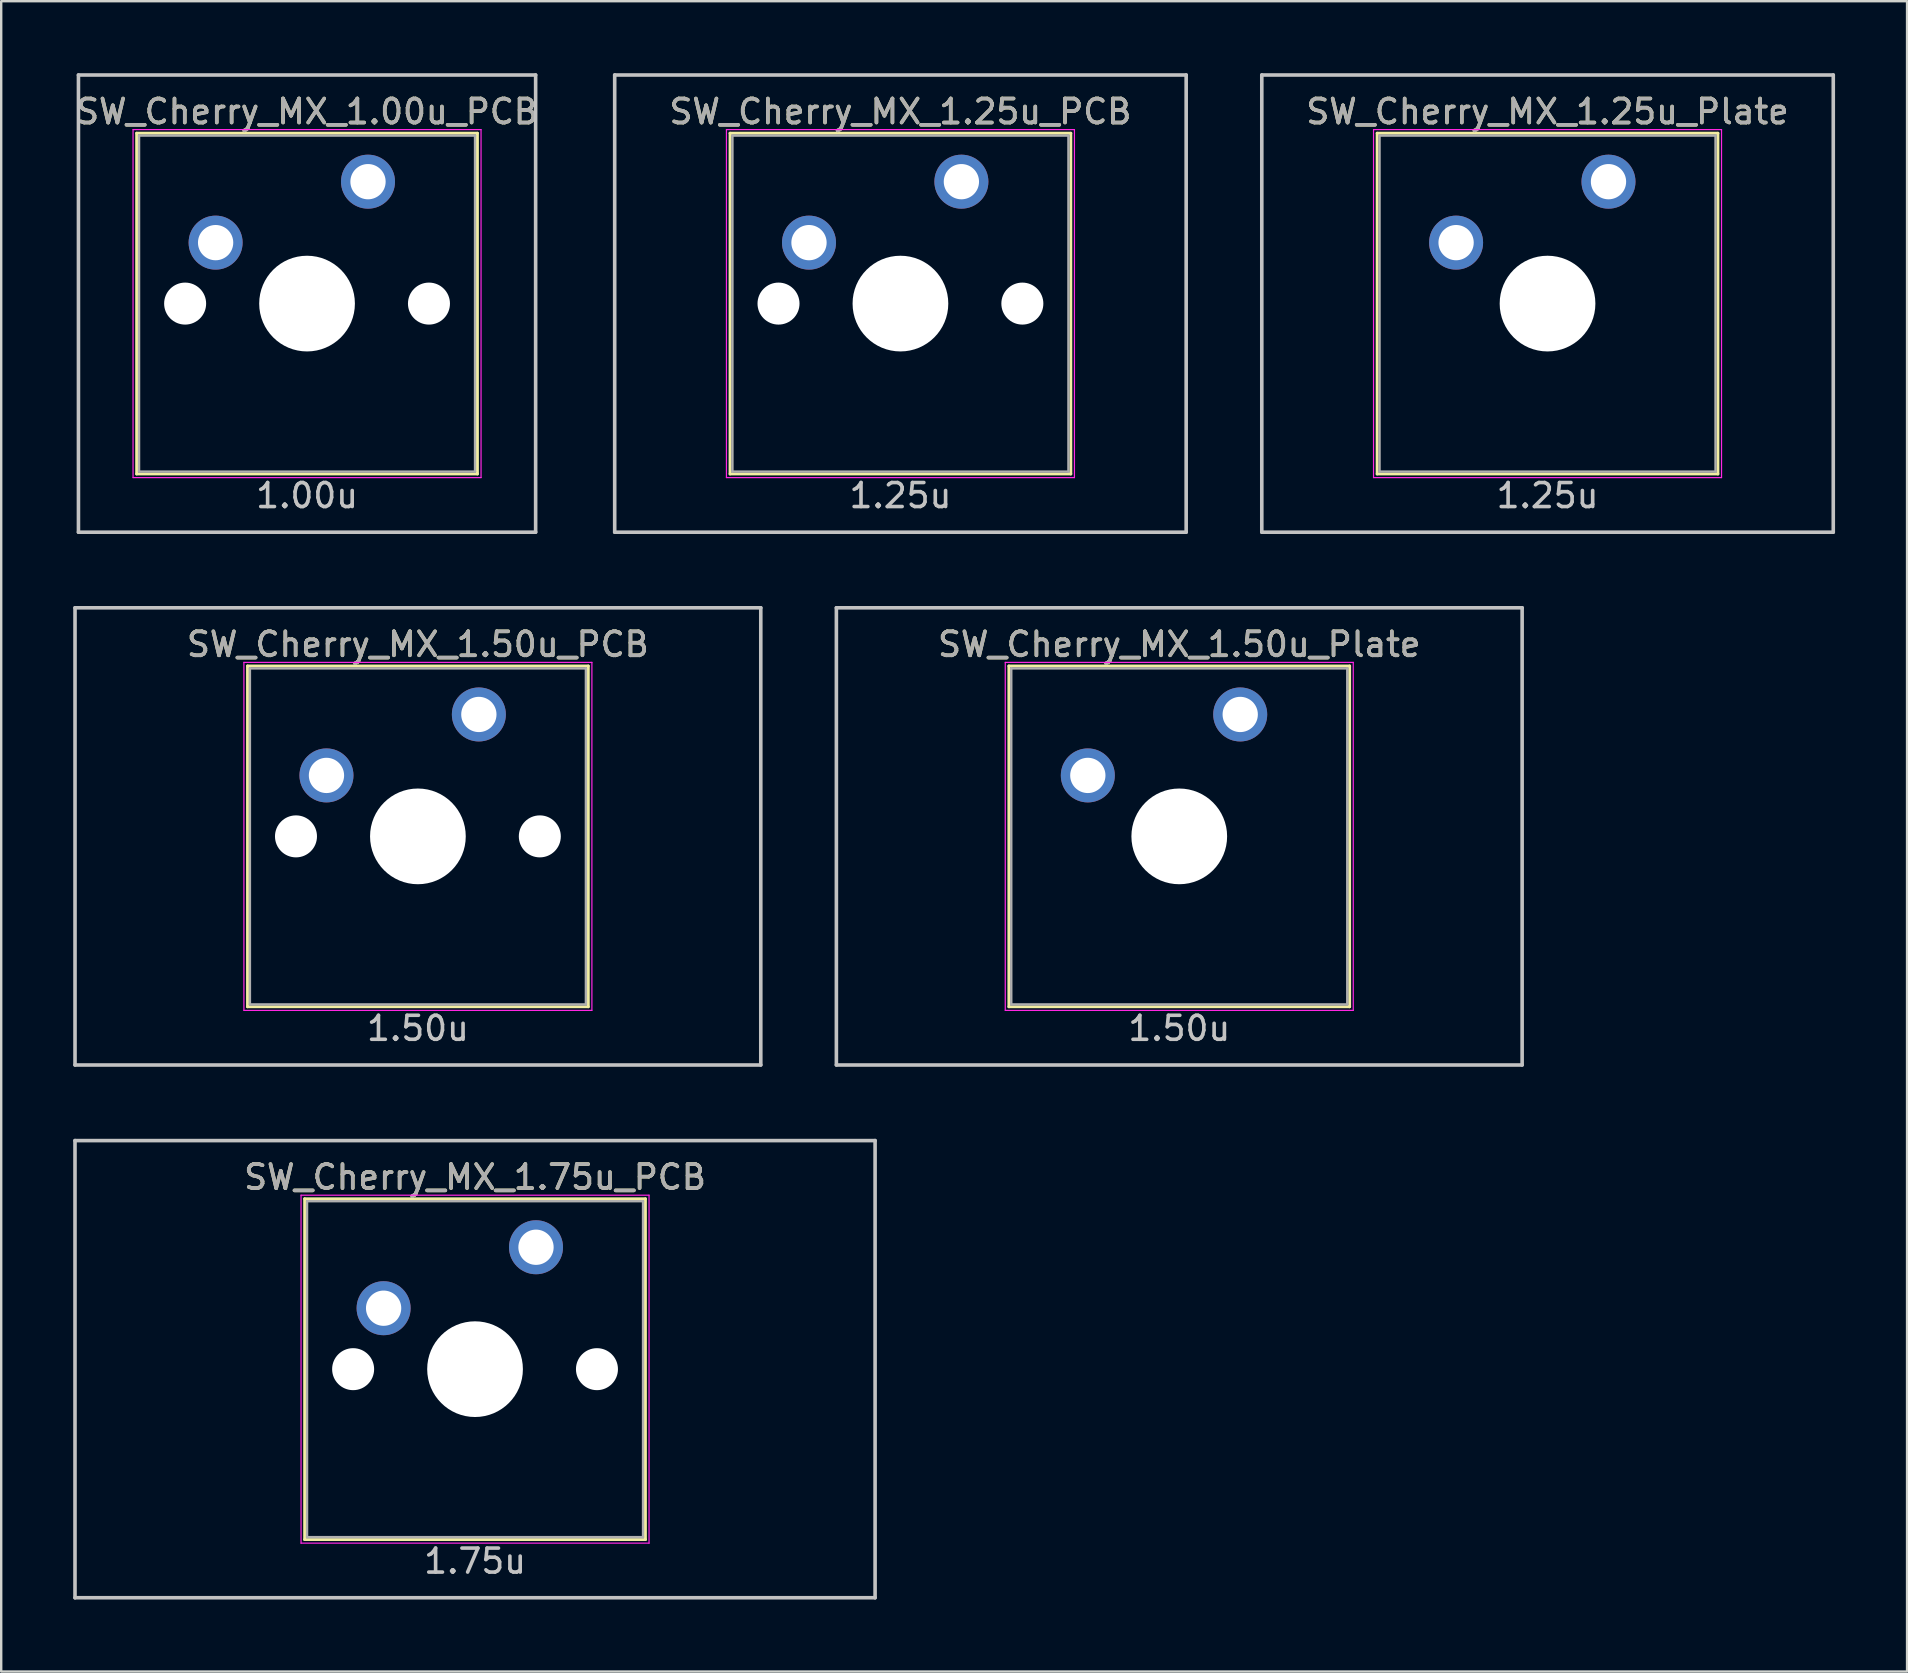
<source format=kicad_pcb>
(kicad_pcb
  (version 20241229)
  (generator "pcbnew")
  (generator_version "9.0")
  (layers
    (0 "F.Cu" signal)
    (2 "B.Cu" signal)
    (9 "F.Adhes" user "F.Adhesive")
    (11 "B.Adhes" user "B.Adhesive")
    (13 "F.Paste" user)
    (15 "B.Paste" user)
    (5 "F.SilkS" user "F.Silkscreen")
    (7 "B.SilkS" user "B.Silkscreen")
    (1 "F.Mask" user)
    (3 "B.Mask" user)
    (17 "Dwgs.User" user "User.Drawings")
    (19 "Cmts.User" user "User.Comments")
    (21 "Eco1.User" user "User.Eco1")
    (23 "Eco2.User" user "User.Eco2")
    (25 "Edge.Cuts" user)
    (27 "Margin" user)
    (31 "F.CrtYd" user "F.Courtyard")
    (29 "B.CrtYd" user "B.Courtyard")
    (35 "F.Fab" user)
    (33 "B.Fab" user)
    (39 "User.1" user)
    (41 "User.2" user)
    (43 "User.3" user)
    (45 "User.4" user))
  (footprint "SW_Cherry_MX_1.75u_PCB"
    (layer "F.Cu")
    (at 16.744 54)
    (property "Reference" "SW_Cherry_MX_1.75u_PCB" (at 0 -8 0) (layer "F.SilkS") (effects (font (size 1 1) (thickness 0.15))))
    (attr through_hole)
    (fp_line (start -7.1 -7.1) (end 7.1 -7.1) (stroke (width 0.12) (type solid)) (layer "F.SilkS"))
    (fp_line (start -7.1 7.1) (end -7.1 -7.1) (stroke (width 0.12) (type solid)) (layer "F.SilkS"))
    (fp_line (start 7.1 -7.1) (end 7.1 7.1) (stroke (width 0.12) (type solid)) (layer "F.SilkS"))
    (fp_line (start 7.1 7.1) (end -7.1 7.1) (stroke (width 0.12) (type solid)) (layer "F.SilkS"))
    (fp_line (start -16.669 -9.525) (end 16.669 -9.525) (stroke (width 0.15) (type solid)) (layer "Dwgs.User"))
    (fp_line (start -16.669 9.525) (end -16.669 -9.525) (stroke (width 0.15) (type solid)) (layer "Dwgs.User"))
    (fp_line (start -16.669 9.525) (end 16.669 9.525) (stroke (width 0.15) (type solid)) (layer "Dwgs.User"))
    (fp_line (start 16.669 -9.525) (end 16.669 9.525) (stroke (width 0.15) (type solid)) (layer "Dwgs.User"))
    (fp_line (start -7.25 -7.25) (end 7.25 -7.25) (stroke (width 0.05) (type solid)) (layer "F.CrtYd"))
    (fp_line (start -7.25 7.25) (end -7.25 -7.25) (stroke (width 0.05) (type solid)) (layer "F.CrtYd"))
    (fp_line (start 7.25 -7.25) (end 7.25 7.25) (stroke (width 0.05) (type solid)) (layer "F.CrtYd"))
    (fp_line (start 7.25 7.25) (end -7.25 7.25) (stroke (width 0.05) (type solid)) (layer "F.CrtYd"))
    (fp_line (start -7 -7) (end 7 -7) (stroke (width 0.1) (type solid)) (layer "F.Fab"))
    (fp_line (start -7 7) (end -7 -7) (stroke (width 0.1) (type solid)) (layer "F.Fab"))
    (fp_line (start 7 -7) (end 7 7) (stroke (width 0.1) (type solid)) (layer "F.Fab"))
    (fp_line (start 7 7) (end -7 7) (stroke (width 0.1) (type solid)) (layer "F.Fab"))
    (fp_text user "1.75u" (at 0 8 0) (layer "Dwgs.User") (effects (font (size 1 1) (thickness 0.15))))
    (fp_text user "${REFERENCE}" (at 0 -8 0) (layer "F.Fab") (effects (font (size 1 1) (thickness 0.15))))
    (pad "" np_thru_hole circle (at -5.08 0 48.1) (size 1.75 1.75) (drill 1.75) (layers "*.Cu" "*.Mask"))
    (pad "" np_thru_hole circle (at 0 0) (size 3.988 3.988) (drill 3.988) (layers "*.Cu" "*.Mask"))
    (pad "" np_thru_hole circle (at 5.08 0 48.1) (size 1.75 1.75) (drill 1.75) (layers "*.Cu" "*.Mask"))
    (pad "1" thru_hole circle (at -3.81 -2.54) (size 2.25 2.25) (drill 1.47) (layers "*.Cu" "B.Mask"))
    (pad "2" thru_hole circle (at 2.54 -5.08) (size 2.25 2.25) (drill 1.47) (layers "*.Cu" "B.Mask")))
  (footprint "SW_Cherry_MX_1.25u_PCB"
    (layer "F.Cu")
    (at 34.469 9.6)
    (property "Reference" "SW_Cherry_MX_1.25u_PCB" (at 0 -8 0) (layer "F.SilkS") (effects (font (size 1 1) (thickness 0.15))))
    (attr through_hole)
    (fp_line (start -7.1 -7.1) (end 7.1 -7.1) (stroke (width 0.12) (type solid)) (layer "F.SilkS"))
    (fp_line (start -7.1 7.1) (end -7.1 -7.1) (stroke (width 0.12) (type solid)) (layer "F.SilkS"))
    (fp_line (start 7.1 -7.1) (end 7.1 7.1) (stroke (width 0.12) (type solid)) (layer "F.SilkS"))
    (fp_line (start 7.1 7.1) (end -7.1 7.1) (stroke (width 0.12) (type solid)) (layer "F.SilkS"))
    (fp_line (start -11.906 -9.525) (end 11.906 -9.525) (stroke (width 0.15) (type solid)) (layer "Dwgs.User"))
    (fp_line (start -11.906 9.525) (end -11.906 -9.525) (stroke (width 0.15) (type solid)) (layer "Dwgs.User"))
    (fp_line (start -11.906 9.525) (end 11.906 9.525) (stroke (width 0.15) (type solid)) (layer "Dwgs.User"))
    (fp_line (start 11.906 -9.525) (end 11.906 9.525) (stroke (width 0.15) (type solid)) (layer "Dwgs.User"))
    (fp_line (start -7.25 -7.25) (end 7.25 -7.25) (stroke (width 0.05) (type solid)) (layer "F.CrtYd"))
    (fp_line (start -7.25 7.25) (end -7.25 -7.25) (stroke (width 0.05) (type solid)) (layer "F.CrtYd"))
    (fp_line (start 7.25 -7.25) (end 7.25 7.25) (stroke (width 0.05) (type solid)) (layer "F.CrtYd"))
    (fp_line (start 7.25 7.25) (end -7.25 7.25) (stroke (width 0.05) (type solid)) (layer "F.CrtYd"))
    (fp_line (start -7 -7) (end 7 -7) (stroke (width 0.1) (type solid)) (layer "F.Fab"))
    (fp_line (start -7 7) (end -7 -7) (stroke (width 0.1) (type solid)) (layer "F.Fab"))
    (fp_line (start 7 -7) (end 7 7) (stroke (width 0.1) (type solid)) (layer "F.Fab"))
    (fp_line (start 7 7) (end -7 7) (stroke (width 0.1) (type solid)) (layer "F.Fab"))
    (fp_text user "1.25u" (at 0 8 0) (layer "Dwgs.User") (effects (font (size 1 1) (thickness 0.15))))
    (fp_text user "${REFERENCE}" (at 0 -8 0) (layer "F.Fab") (effects (font (size 1 1) (thickness 0.15))))
    (pad "" np_thru_hole circle (at -5.08 0 48.1) (size 1.75 1.75) (drill 1.75) (layers "*.Cu" "*.Mask"))
    (pad "" np_thru_hole circle (at 0 0) (size 3.988 3.988) (drill 3.988) (layers "*.Cu" "*.Mask"))
    (pad "" np_thru_hole circle (at 5.08 0 48.1) (size 1.75 1.75) (drill 1.75) (layers "*.Cu" "*.Mask"))
    (pad "1" thru_hole circle (at -3.81 -2.54) (size 2.25 2.25) (drill 1.47) (layers "*.Cu" "B.Mask"))
    (pad "2" thru_hole circle (at 2.54 -5.08) (size 2.25 2.25) (drill 1.47) (layers "*.Cu" "B.Mask")))
  (footprint "SW_Cherry_MX_1.50u_PCB"
    (layer "F.Cu")
    (at 14.363 31.8)
    (property "Reference" "SW_Cherry_MX_1.50u_PCB" (at 0 -8 0) (layer "F.SilkS") (effects (font (size 1 1) (thickness 0.15))))
    (attr through_hole)
    (fp_line (start -7.1 -7.1) (end 7.1 -7.1) (stroke (width 0.12) (type solid)) (layer "F.SilkS"))
    (fp_line (start -7.1 7.1) (end -7.1 -7.1) (stroke (width 0.12) (type solid)) (layer "F.SilkS"))
    (fp_line (start 7.1 -7.1) (end 7.1 7.1) (stroke (width 0.12) (type solid)) (layer "F.SilkS"))
    (fp_line (start 7.1 7.1) (end -7.1 7.1) (stroke (width 0.12) (type solid)) (layer "F.SilkS"))
    (fp_line (start -14.287 -9.525) (end 14.287 -9.525) (stroke (width 0.15) (type solid)) (layer "Dwgs.User"))
    (fp_line (start -14.287 9.525) (end -14.287 -9.525) (stroke (width 0.15) (type solid)) (layer "Dwgs.User"))
    (fp_line (start -14.287 9.525) (end 14.287 9.525) (stroke (width 0.15) (type solid)) (layer "Dwgs.User"))
    (fp_line (start 14.287 -9.525) (end 14.287 9.525) (stroke (width 0.15) (type solid)) (layer "Dwgs.User"))
    (fp_line (start -7.25 -7.25) (end 7.25 -7.25) (stroke (width 0.05) (type solid)) (layer "F.CrtYd"))
    (fp_line (start -7.25 7.25) (end -7.25 -7.25) (stroke (width 0.05) (type solid)) (layer "F.CrtYd"))
    (fp_line (start 7.25 -7.25) (end 7.25 7.25) (stroke (width 0.05) (type solid)) (layer "F.CrtYd"))
    (fp_line (start 7.25 7.25) (end -7.25 7.25) (stroke (width 0.05) (type solid)) (layer "F.CrtYd"))
    (fp_line (start -7 -7) (end 7 -7) (stroke (width 0.1) (type solid)) (layer "F.Fab"))
    (fp_line (start -7 7) (end -7 -7) (stroke (width 0.1) (type solid)) (layer "F.Fab"))
    (fp_line (start 7 -7) (end 7 7) (stroke (width 0.1) (type solid)) (layer "F.Fab"))
    (fp_line (start 7 7) (end -7 7) (stroke (width 0.1) (type solid)) (layer "F.Fab"))
    (fp_text user "1.50u" (at 0 8 0) (layer "Dwgs.User") (effects (font (size 1 1) (thickness 0.15))))
    (fp_text user "${REFERENCE}" (at 0 -8 0) (layer "F.Fab") (effects (font (size 1 1) (thickness 0.15))))
    (pad "" np_thru_hole circle (at -5.08 0 48.1) (size 1.75 1.75) (drill 1.75) (layers "*.Cu" "*.Mask"))
    (pad "" np_thru_hole circle (at 0 0) (size 3.988 3.988) (drill 3.988) (layers "*.Cu" "*.Mask"))
    (pad "" np_thru_hole circle (at 5.08 0 48.1) (size 1.75 1.75) (drill 1.75) (layers "*.Cu" "*.Mask"))
    (pad "1" thru_hole circle (at -3.81 -2.54) (size 2.25 2.25) (drill 1.47) (layers "*.Cu" "B.Mask"))
    (pad "2" thru_hole circle (at 2.54 -5.08) (size 2.25 2.25) (drill 1.47) (layers "*.Cu" "B.Mask")))
  (footprint "SW_Cherry_MX_1.25u_Plate"
    (layer "F.Cu")
    (at 61.432 9.6)
    (property "Reference" "SW_Cherry_MX_1.25u_Plate" (at 0 -8 0) (layer "F.SilkS") (effects (font (size 1 1) (thickness 0.15))))
    (attr through_hole)
    (fp_line (start -7.1 -7.1) (end 7.1 -7.1) (stroke (width 0.12) (type solid)) (layer "F.SilkS"))
    (fp_line (start -7.1 7.1) (end -7.1 -7.1) (stroke (width 0.12) (type solid)) (layer "F.SilkS"))
    (fp_line (start 7.1 -7.1) (end 7.1 7.1) (stroke (width 0.12) (type solid)) (layer "F.SilkS"))
    (fp_line (start 7.1 7.1) (end -7.1 7.1) (stroke (width 0.12) (type solid)) (layer "F.SilkS"))
    (fp_line (start -11.906 -9.525) (end 11.906 -9.525) (stroke (width 0.15) (type solid)) (layer "Dwgs.User"))
    (fp_line (start -11.906 9.525) (end -11.906 -9.525) (stroke (width 0.15) (type solid)) (layer "Dwgs.User"))
    (fp_line (start -11.906 9.525) (end 11.906 9.525) (stroke (width 0.15) (type solid)) (layer "Dwgs.User"))
    (fp_line (start 11.906 -9.525) (end 11.906 9.525) (stroke (width 0.15) (type solid)) (layer "Dwgs.User"))
    (fp_line (start -7.25 -7.25) (end 7.25 -7.25) (stroke (width 0.05) (type solid)) (layer "F.CrtYd"))
    (fp_line (start -7.25 7.25) (end -7.25 -7.25) (stroke (width 0.05) (type solid)) (layer "F.CrtYd"))
    (fp_line (start 7.25 -7.25) (end 7.25 7.25) (stroke (width 0.05) (type solid)) (layer "F.CrtYd"))
    (fp_line (start 7.25 7.25) (end -7.25 7.25) (stroke (width 0.05) (type solid)) (layer "F.CrtYd"))
    (fp_line (start -7 -7) (end 7 -7) (stroke (width 0.1) (type solid)) (layer "F.Fab"))
    (fp_line (start -7 7) (end -7 -7) (stroke (width 0.1) (type solid)) (layer "F.Fab"))
    (fp_line (start 7 -7) (end 7 7) (stroke (width 0.1) (type solid)) (layer "F.Fab"))
    (fp_line (start 7 7) (end -7 7) (stroke (width 0.1) (type solid)) (layer "F.Fab"))
    (fp_text user "1.25u" (at 0 8 0) (layer "Dwgs.User") (effects (font (size 1 1) (thickness 0.15))))
    (fp_text user "${REFERENCE}" (at 0 -8 0) (layer "F.Fab") (effects (font (size 1 1) (thickness 0.15))))
    (pad "" np_thru_hole circle (at 0 0) (size 3.988 3.988) (drill 3.988) (layers "*.Cu" "*.Mask"))
    (pad "1" thru_hole circle (at -3.81 -2.54) (size 2.25 2.25) (drill 1.47) (layers "*.Cu" "B.Mask"))
    (pad "2" thru_hole circle (at 2.54 -5.08) (size 2.25 2.25) (drill 1.47) (layers "*.Cu" "B.Mask")))
  (footprint "SW_Cherry_MX_1.00u_PCB"
    (layer "F.Cu")
    (at 9.744 9.6)
    (property "Reference" "SW_Cherry_MX_1.00u_PCB" (at 0 -8 0) (layer "F.SilkS") (effects (font (size 1 1) (thickness 0.15))))
    (attr through_hole)
    (fp_line (start -7.1 -7.1) (end 7.1 -7.1) (stroke (width 0.12) (type solid)) (layer "F.SilkS"))
    (fp_line (start -7.1 7.1) (end -7.1 -7.1) (stroke (width 0.12) (type solid)) (layer "F.SilkS"))
    (fp_line (start 7.1 -7.1) (end 7.1 7.1) (stroke (width 0.12) (type solid)) (layer "F.SilkS"))
    (fp_line (start 7.1 7.1) (end -7.1 7.1) (stroke (width 0.12) (type solid)) (layer "F.SilkS"))
    (fp_line (start -9.525 -9.525) (end 9.525 -9.525) (stroke (width 0.15) (type solid)) (layer "Dwgs.User"))
    (fp_line (start -9.525 9.525) (end -9.525 -9.525) (stroke (width 0.15) (type solid)) (layer "Dwgs.User"))
    (fp_line (start 9.525 -9.525) (end 9.525 9.525) (stroke (width 0.15) (type solid)) (layer "Dwgs.User"))
    (fp_line (start 9.525 9.525) (end -9.525 9.525) (stroke (width 0.15) (type solid)) (layer "Dwgs.User"))
    (fp_line (start -7.25 -7.25) (end 7.25 -7.25) (stroke (width 0.05) (type solid)) (layer "F.CrtYd"))
    (fp_line (start -7.25 7.25) (end -7.25 -7.25) (stroke (width 0.05) (type solid)) (layer "F.CrtYd"))
    (fp_line (start 7.25 -7.25) (end 7.25 7.25) (stroke (width 0.05) (type solid)) (layer "F.CrtYd"))
    (fp_line (start 7.25 7.25) (end -7.25 7.25) (stroke (width 0.05) (type solid)) (layer "F.CrtYd"))
    (fp_line (start -7 -7) (end 7 -7) (stroke (width 0.1) (type solid)) (layer "F.Fab"))
    (fp_line (start -7 7) (end -7 -7) (stroke (width 0.1) (type solid)) (layer "F.Fab"))
    (fp_line (start 7 -7) (end 7 7) (stroke (width 0.1) (type solid)) (layer "F.Fab"))
    (fp_line (start 7 7) (end -7 7) (stroke (width 0.1) (type solid)) (layer "F.Fab"))
    (fp_text user "1.00u" (at 0 8 0) (layer "Dwgs.User") (effects (font (size 1 1) (thickness 0.15))))
    (fp_text user "${REFERENCE}" (at 0 -8 0) (layer "F.Fab") (effects (font (size 1 1) (thickness 0.15))))
    (pad "" np_thru_hole circle (at -5.08 0 48.1) (size 1.75 1.75) (drill 1.75) (layers "*.Cu" "*.Mask"))
    (pad "" np_thru_hole circle (at 0 0) (size 3.988 3.988) (drill 3.988) (layers "*.Cu" "*.Mask"))
    (pad "" np_thru_hole circle (at 5.08 0 48.1) (size 1.75 1.75) (drill 1.75) (layers "*.Cu" "*.Mask"))
    (pad "1" thru_hole circle (at -3.81 -2.54) (size 2.25 2.25) (drill 1.47) (layers "*.Cu" "B.Mask"))
    (pad "2" thru_hole circle (at 2.54 -5.08) (size 2.25 2.25) (drill 1.47) (layers "*.Cu" "B.Mask")))
  (footprint "SW_Cherry_MX_1.50u_Plate"
    (layer "F.Cu")
    (at 46.087 31.8)
    (property "Reference" "SW_Cherry_MX_1.50u_Plate" (at 0 -8 0) (layer "F.SilkS") (effects (font (size 1 1) (thickness 0.15))))
    (attr through_hole)
    (fp_line (start -7.1 -7.1) (end 7.1 -7.1) (stroke (width 0.12) (type solid)) (layer "F.SilkS"))
    (fp_line (start -7.1 7.1) (end -7.1 -7.1) (stroke (width 0.12) (type solid)) (layer "F.SilkS"))
    (fp_line (start 7.1 -7.1) (end 7.1 7.1) (stroke (width 0.12) (type solid)) (layer "F.SilkS"))
    (fp_line (start 7.1 7.1) (end -7.1 7.1) (stroke (width 0.12) (type solid)) (layer "F.SilkS"))
    (fp_line (start -14.287 -9.525) (end 14.287 -9.525) (stroke (width 0.15) (type solid)) (layer "Dwgs.User"))
    (fp_line (start -14.287 9.525) (end -14.287 -9.525) (stroke (width 0.15) (type solid)) (layer "Dwgs.User"))
    (fp_line (start -14.287 9.525) (end 14.287 9.525) (stroke (width 0.15) (type solid)) (layer "Dwgs.User"))
    (fp_line (start 14.287 -9.525) (end 14.287 9.525) (stroke (width 0.15) (type solid)) (layer "Dwgs.User"))
    (fp_line (start -7.25 -7.25) (end 7.25 -7.25) (stroke (width 0.05) (type solid)) (layer "F.CrtYd"))
    (fp_line (start -7.25 7.25) (end -7.25 -7.25) (stroke (width 0.05) (type solid)) (layer "F.CrtYd"))
    (fp_line (start 7.25 -7.25) (end 7.25 7.25) (stroke (width 0.05) (type solid)) (layer "F.CrtYd"))
    (fp_line (start 7.25 7.25) (end -7.25 7.25) (stroke (width 0.05) (type solid)) (layer "F.CrtYd"))
    (fp_line (start -7 -7) (end 7 -7) (stroke (width 0.1) (type solid)) (layer "F.Fab"))
    (fp_line (start -7 7) (end -7 -7) (stroke (width 0.1) (type solid)) (layer "F.Fab"))
    (fp_line (start 7 -7) (end 7 7) (stroke (width 0.1) (type solid)) (layer "F.Fab"))
    (fp_line (start 7 7) (end -7 7) (stroke (width 0.1) (type solid)) (layer "F.Fab"))
    (fp_text user "1.50u" (at 0 8 0) (layer "Dwgs.User") (effects (font (size 1 1) (thickness 0.15))))
    (fp_text user "${REFERENCE}" (at 0 -8 0) (layer "F.Fab") (effects (font (size 1 1) (thickness 0.15))))
    (pad "" np_thru_hole circle (at 0 0) (size 3.988 3.988) (drill 3.988) (layers "*.Cu" "*.Mask"))
    (pad "1" thru_hole circle (at -3.81 -2.54) (size 2.25 2.25) (drill 1.47) (layers "*.Cu" "B.Mask"))
    (pad "2" thru_hole circle (at 2.54 -5.08) (size 2.25 2.25) (drill 1.47) (layers "*.Cu" "B.Mask")))
  (gr_rect
    (start -3 -3)
    (end 76.413 66.6)
    (stroke (width 0.1) (type default))
    (fill no)
    (layer "Edge.Cuts")))
</source>
